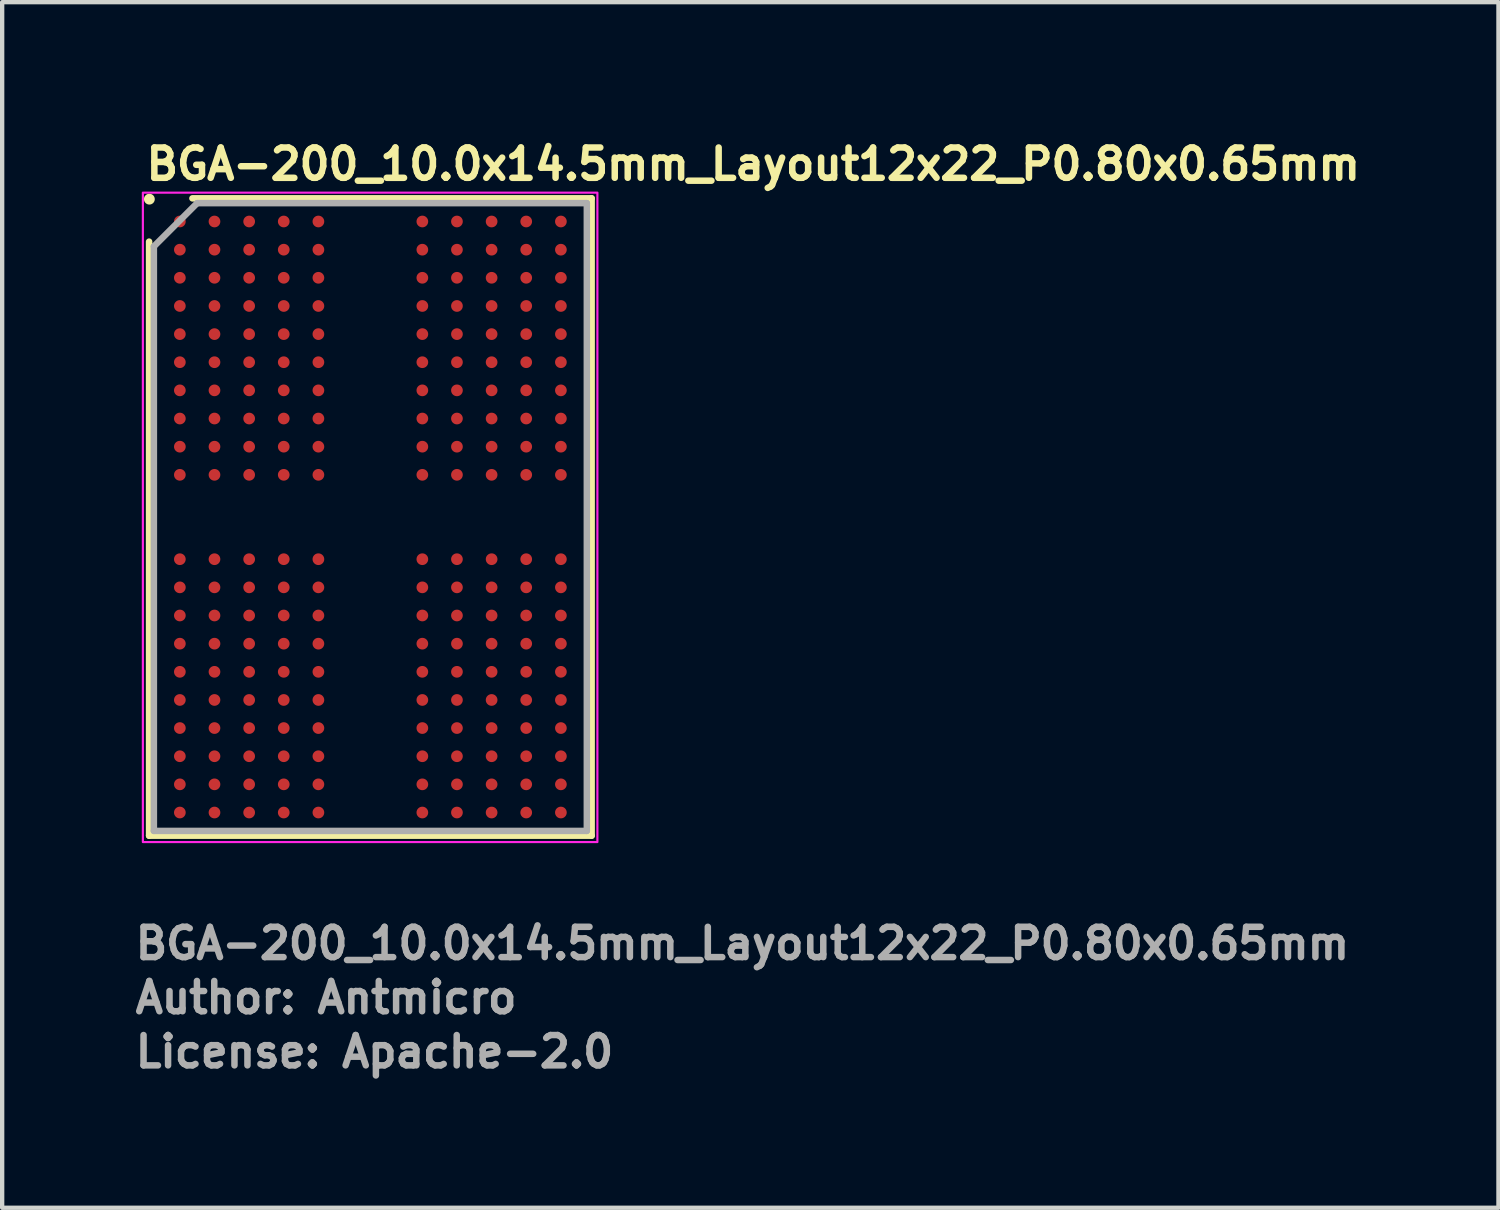
<source format=kicad_pcb>
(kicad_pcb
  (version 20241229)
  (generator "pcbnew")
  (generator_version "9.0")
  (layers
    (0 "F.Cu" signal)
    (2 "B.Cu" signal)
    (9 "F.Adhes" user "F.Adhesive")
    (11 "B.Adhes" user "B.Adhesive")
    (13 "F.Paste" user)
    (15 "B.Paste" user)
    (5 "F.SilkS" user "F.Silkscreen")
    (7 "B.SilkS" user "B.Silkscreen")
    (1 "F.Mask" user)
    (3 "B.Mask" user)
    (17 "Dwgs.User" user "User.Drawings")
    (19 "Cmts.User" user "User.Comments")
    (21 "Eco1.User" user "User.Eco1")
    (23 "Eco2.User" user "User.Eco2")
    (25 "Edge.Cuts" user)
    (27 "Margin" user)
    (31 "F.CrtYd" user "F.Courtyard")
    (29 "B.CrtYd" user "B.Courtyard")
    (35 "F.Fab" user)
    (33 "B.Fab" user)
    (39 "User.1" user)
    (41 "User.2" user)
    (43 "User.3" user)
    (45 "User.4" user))
  (footprint "BGA-200_10.0x14.5mm_Layout12x22_P0.80x0.65mm"
    (layer "F.Cu")
    (at 5.5 8.9)
    (property "Reference" "BGA-200_10.0x14.5mm_Layout12x22_P0.80x0.65mm" (at -5.25 -7.75 0) (layer "F.SilkS") (effects (font (size 0.7 0.7) (thickness 0.15)) (justify left bottom)))
    (attr smd)
    (fp_line (start -5.106 7.352) (end -5.106 -6.369) (stroke (width 0.15) (type solid)) (layer "F.SilkS"))
    (fp_line (start -4.106 -7.369) (end 5.115 -7.369) (stroke (width 0.15) (type solid)) (layer "F.SilkS"))
    (fp_line (start 5.115 -7.369) (end 5.115 7.352) (stroke (width 0.15) (type solid)) (layer "F.SilkS"))
    (fp_line (start 5.115 7.352) (end -5.106 7.352) (stroke (width 0.15) (type solid)) (layer "F.SilkS"))
    (fp_circle (center -5.1 -7.35) (end -5.05 -7.35) (stroke (width 0.15) (type solid)) (fill yes) (layer "F.SilkS"))
    (fp_rect (start -5.25 -7.5) (end 5.248 7.499) (stroke (width 0.05) (type solid)) (fill no) (layer "F.CrtYd"))
    (fp_line (start -4.996 -6.258) (end -3.996 -7.258) (stroke (width 0.15) (type solid)) (layer "F.Fab"))
    (fp_line (start -4.996 7.241) (end -4.996 -6.258) (stroke (width 0.15) (type solid)) (layer "F.Fab"))
    (fp_line (start -3.996 -7.258) (end 5.004 -7.258) (stroke (width 0.15) (type solid)) (layer "F.Fab"))
    (fp_line (start 5.004 -7.258) (end 5.004 7.241) (stroke (width 0.15) (type solid)) (layer "F.Fab"))
    (fp_line (start 5.004 7.241) (end -4.996 7.241) (stroke (width 0.15) (type solid)) (layer "F.Fab"))
    (fp_rect (start -5 -7.25) (end 4.998 7.249) (stroke (width 0.1) (type solid)) (fill no) (layer "User.5"))
    (fp_line (start -5 -7.25) (end 4.998 -7.25) (stroke (width 0.02) (type solid)) (layer "User.9"))
    (fp_line (start -5 7.249) (end -5 -7.25) (stroke (width 0.02) (type solid)) (layer "User.9"))
    (fp_line (start 4.998 -7.25) (end 4.998 7.249) (stroke (width 0.02) (type solid)) (layer "User.9"))
    (fp_line (start 4.998 7.249) (end -5 7.249) (stroke (width 0.02) (type solid)) (layer "User.9"))
    (fp_text user "${REFERENCE}" (at -5.5 10.25 0) (layer "F.Fab") (effects (font (size 0.7 0.7) (thickness 0.15)) (justify left bottom)))
    (fp_text user "License: Apache-2.0" (at -5.5 12.75 0) (layer "F.Fab") (effects (font (size 0.7 0.7) (thickness 0.15)) (justify left bottom)))
    (fp_text user "Author: Antmicro" (at -5.5 11.5 0) (layer "F.Fab") (effects (font (size 0.7 0.7) (thickness 0.15)) (justify left bottom)))
    (pad "A1" smd circle (at -4.396 -6.834) (size 0.27 0.27) (layers "F.Cu" "F.Mask" "F.Paste"))
    (pad "A2" smd circle (at -3.596 -6.834) (size 0.27 0.27) (layers "F.Cu" "F.Mask" "F.Paste"))
    (pad "A3" smd circle (at -2.795 -6.834) (size 0.27 0.27) (layers "F.Cu" "F.Mask" "F.Paste"))
    (pad "A4" smd circle (at -1.996 -6.834) (size 0.27 0.27) (layers "F.Cu" "F.Mask" "F.Paste"))
    (pad "A5" smd circle (at -1.196 -6.834) (size 0.27 0.27) (layers "F.Cu" "F.Mask" "F.Paste"))
    (pad "A8" smd circle (at 1.205 -6.834) (size 0.27 0.27) (layers "F.Cu" "F.Mask" "F.Paste"))
    (pad "A9" smd circle (at 2.004 -6.834) (size 0.27 0.27) (layers "F.Cu" "F.Mask" "F.Paste"))
    (pad "A10" smd circle (at 2.805 -6.834) (size 0.27 0.27) (layers "F.Cu" "F.Mask" "F.Paste"))
    (pad "A11" smd circle (at 3.604 -6.834) (size 0.27 0.27) (layers "F.Cu" "F.Mask" "F.Paste"))
    (pad "A12" smd circle (at 4.405 -6.834) (size 0.27 0.27) (layers "F.Cu" "F.Mask" "F.Paste"))
    (pad "AA1" smd circle (at -4.396 6.166) (size 0.27 0.27) (layers "F.Cu" "F.Mask" "F.Paste"))
    (pad "AA2" smd circle (at -3.596 6.166) (size 0.27 0.27) (layers "F.Cu" "F.Mask" "F.Paste"))
    (pad "AA3" smd circle (at -2.795 6.166) (size 0.27 0.27) (layers "F.Cu" "F.Mask" "F.Paste"))
    (pad "AA4" smd circle (at -1.996 6.166) (size 0.27 0.27) (layers "F.Cu" "F.Mask" "F.Paste"))
    (pad "AA5" smd circle (at -1.196 6.166) (size 0.27 0.27) (layers "F.Cu" "F.Mask" "F.Paste"))
    (pad "AA8" smd circle (at 1.205 6.166) (size 0.27 0.27) (layers "F.Cu" "F.Mask" "F.Paste"))
    (pad "AA9" smd circle (at 2.004 6.166) (size 0.27 0.27) (layers "F.Cu" "F.Mask" "F.Paste"))
    (pad "AA10" smd circle (at 2.805 6.166) (size 0.27 0.27) (layers "F.Cu" "F.Mask" "F.Paste"))
    (pad "AA11" smd circle (at 3.604 6.166) (size 0.27 0.27) (layers "F.Cu" "F.Mask" "F.Paste"))
    (pad "AA12" smd circle (at 4.405 6.166) (size 0.27 0.27) (layers "F.Cu" "F.Mask" "F.Paste"))
    (pad "AB1" smd circle (at -4.396 6.817) (size 0.27 0.27) (layers "F.Cu" "F.Mask" "F.Paste"))
    (pad "AB2" smd circle (at -3.596 6.817) (size 0.27 0.27) (layers "F.Cu" "F.Mask" "F.Paste"))
    (pad "AB3" smd circle (at -2.795 6.817) (size 0.27 0.27) (layers "F.Cu" "F.Mask" "F.Paste"))
    (pad "AB4" smd circle (at -1.996 6.817) (size 0.27 0.27) (layers "F.Cu" "F.Mask" "F.Paste"))
    (pad "AB5" smd circle (at -1.196 6.817) (size 0.27 0.27) (layers "F.Cu" "F.Mask" "F.Paste"))
    (pad "AB8" smd circle (at 1.205 6.817) (size 0.27 0.27) (layers "F.Cu" "F.Mask" "F.Paste"))
    (pad "AB9" smd circle (at 2.004 6.817) (size 0.27 0.27) (layers "F.Cu" "F.Mask" "F.Paste"))
    (pad "AB10" smd circle (at 2.805 6.817) (size 0.27 0.27) (layers "F.Cu" "F.Mask" "F.Paste"))
    (pad "AB11" smd circle (at 3.604 6.817) (size 0.27 0.27) (layers "F.Cu" "F.Mask" "F.Paste"))
    (pad "AB12" smd circle (at 4.405 6.817) (size 0.27 0.27) (layers "F.Cu" "F.Mask" "F.Paste"))
    (pad "B1" smd circle (at -4.396 -6.183) (size 0.27 0.27) (layers "F.Cu" "F.Mask" "F.Paste"))
    (pad "B2" smd circle (at -3.596 -6.183) (size 0.27 0.27) (layers "F.Cu" "F.Mask" "F.Paste"))
    (pad "B3" smd circle (at -2.795 -6.183) (size 0.27 0.27) (layers "F.Cu" "F.Mask" "F.Paste"))
    (pad "B4" smd circle (at -1.996 -6.183) (size 0.27 0.27) (layers "F.Cu" "F.Mask" "F.Paste"))
    (pad "B5" smd circle (at -1.196 -6.183) (size 0.27 0.27) (layers "F.Cu" "F.Mask" "F.Paste"))
    (pad "B8" smd circle (at 1.205 -6.183) (size 0.27 0.27) (layers "F.Cu" "F.Mask" "F.Paste"))
    (pad "B9" smd circle (at 2.004 -6.183) (size 0.27 0.27) (layers "F.Cu" "F.Mask" "F.Paste"))
    (pad "B10" smd circle (at 2.805 -6.183) (size 0.27 0.27) (layers "F.Cu" "F.Mask" "F.Paste"))
    (pad "B11" smd circle (at 3.604 -6.183) (size 0.27 0.27) (layers "F.Cu" "F.Mask" "F.Paste"))
    (pad "B12" smd circle (at 4.405 -6.183) (size 0.27 0.27) (layers "F.Cu" "F.Mask" "F.Paste"))
    (pad "C1" smd circle (at -4.396 -5.534) (size 0.27 0.27) (layers "F.Cu" "F.Mask" "F.Paste"))
    (pad "C2" smd circle (at -3.596 -5.534) (size 0.27 0.27) (layers "F.Cu" "F.Mask" "F.Paste"))
    (pad "C3" smd circle (at -2.795 -5.534) (size 0.27 0.27) (layers "F.Cu" "F.Mask" "F.Paste"))
    (pad "C4" smd circle (at -1.996 -5.534) (size 0.27 0.27) (layers "F.Cu" "F.Mask" "F.Paste"))
    (pad "C5" smd circle (at -1.196 -5.534) (size 0.27 0.27) (layers "F.Cu" "F.Mask" "F.Paste"))
    (pad "C8" smd circle (at 1.205 -5.534) (size 0.27 0.27) (layers "F.Cu" "F.Mask" "F.Paste"))
    (pad "C9" smd circle (at 2.004 -5.534) (size 0.27 0.27) (layers "F.Cu" "F.Mask" "F.Paste"))
    (pad "C10" smd circle (at 2.805 -5.534) (size 0.27 0.27) (layers "F.Cu" "F.Mask" "F.Paste"))
    (pad "C11" smd circle (at 3.604 -5.534) (size 0.27 0.27) (layers "F.Cu" "F.Mask" "F.Paste"))
    (pad "C12" smd circle (at 4.405 -5.534) (size 0.27 0.27) (layers "F.Cu" "F.Mask" "F.Paste"))
    (pad "D1" smd circle (at -4.396 -4.883) (size 0.27 0.27) (layers "F.Cu" "F.Mask" "F.Paste"))
    (pad "D2" smd circle (at -3.596 -4.883) (size 0.27 0.27) (layers "F.Cu" "F.Mask" "F.Paste"))
    (pad "D3" smd circle (at -2.795 -4.883) (size 0.27 0.27) (layers "F.Cu" "F.Mask" "F.Paste"))
    (pad "D4" smd circle (at -1.996 -4.883) (size 0.27 0.27) (layers "F.Cu" "F.Mask" "F.Paste"))
    (pad "D5" smd circle (at -1.196 -4.883) (size 0.27 0.27) (layers "F.Cu" "F.Mask" "F.Paste"))
    (pad "D8" smd circle (at 1.205 -4.883) (size 0.27 0.27) (layers "F.Cu" "F.Mask" "F.Paste"))
    (pad "D9" smd circle (at 2.004 -4.883) (size 0.27 0.27) (layers "F.Cu" "F.Mask" "F.Paste"))
    (pad "D10" smd circle (at 2.805 -4.883) (size 0.27 0.27) (layers "F.Cu" "F.Mask" "F.Paste"))
    (pad "D11" smd circle (at 3.604 -4.883) (size 0.27 0.27) (layers "F.Cu" "F.Mask" "F.Paste"))
    (pad "D12" smd circle (at 4.405 -4.883) (size 0.27 0.27) (layers "F.Cu" "F.Mask" "F.Paste"))
    (pad "E1" smd circle (at -4.396 -4.233) (size 0.27 0.27) (layers "F.Cu" "F.Mask" "F.Paste"))
    (pad "E2" smd circle (at -3.596 -4.233) (size 0.27 0.27) (layers "F.Cu" "F.Mask" "F.Paste"))
    (pad "E3" smd circle (at -2.795 -4.233) (size 0.27 0.27) (layers "F.Cu" "F.Mask" "F.Paste"))
    (pad "E4" smd circle (at -1.996 -4.233) (size 0.27 0.27) (layers "F.Cu" "F.Mask" "F.Paste"))
    (pad "E5" smd circle (at -1.196 -4.233) (size 0.27 0.27) (layers "F.Cu" "F.Mask" "F.Paste"))
    (pad "E8" smd circle (at 1.205 -4.233) (size 0.27 0.27) (layers "F.Cu" "F.Mask" "F.Paste"))
    (pad "E9" smd circle (at 2.004 -4.233) (size 0.27 0.27) (layers "F.Cu" "F.Mask" "F.Paste"))
    (pad "E10" smd circle (at 2.805 -4.233) (size 0.27 0.27) (layers "F.Cu" "F.Mask" "F.Paste"))
    (pad "E11" smd circle (at 3.604 -4.233) (size 0.27 0.27) (layers "F.Cu" "F.Mask" "F.Paste"))
    (pad "E12" smd circle (at 4.405 -4.233) (size 0.27 0.27) (layers "F.Cu" "F.Mask" "F.Paste"))
    (pad "F1" smd circle (at -4.396 -3.584) (size 0.27 0.27) (layers "F.Cu" "F.Mask" "F.Paste"))
    (pad "F2" smd circle (at -3.596 -3.584) (size 0.27 0.27) (layers "F.Cu" "F.Mask" "F.Paste"))
    (pad "F3" smd circle (at -2.795 -3.584) (size 0.27 0.27) (layers "F.Cu" "F.Mask" "F.Paste"))
    (pad "F4" smd circle (at -1.996 -3.584) (size 0.27 0.27) (layers "F.Cu" "F.Mask" "F.Paste"))
    (pad "F5" smd circle (at -1.196 -3.584) (size 0.27 0.27) (layers "F.Cu" "F.Mask" "F.Paste"))
    (pad "F8" smd circle (at 1.205 -3.584) (size 0.27 0.27) (layers "F.Cu" "F.Mask" "F.Paste"))
    (pad "F9" smd circle (at 2.004 -3.584) (size 0.27 0.27) (layers "F.Cu" "F.Mask" "F.Paste"))
    (pad "F10" smd circle (at 2.805 -3.584) (size 0.27 0.27) (layers "F.Cu" "F.Mask" "F.Paste"))
    (pad "F11" smd circle (at 3.604 -3.584) (size 0.27 0.27) (layers "F.Cu" "F.Mask" "F.Paste"))
    (pad "F12" smd circle (at 4.405 -3.584) (size 0.27 0.27) (layers "F.Cu" "F.Mask" "F.Paste"))
    (pad "G1" smd circle (at -4.396 -2.934) (size 0.27 0.27) (layers "F.Cu" "F.Mask" "F.Paste"))
    (pad "G2" smd circle (at -3.596 -2.934) (size 0.27 0.27) (layers "F.Cu" "F.Mask" "F.Paste"))
    (pad "G3" smd circle (at -2.795 -2.934) (size 0.27 0.27) (layers "F.Cu" "F.Mask" "F.Paste"))
    (pad "G4" smd circle (at -1.996 -2.934) (size 0.27 0.27) (layers "F.Cu" "F.Mask" "F.Paste"))
    (pad "G5" smd circle (at -1.196 -2.934) (size 0.27 0.27) (layers "F.Cu" "F.Mask" "F.Paste"))
    (pad "G8" smd circle (at 1.205 -2.934) (size 0.27 0.27) (layers "F.Cu" "F.Mask" "F.Paste"))
    (pad "G9" smd circle (at 2.004 -2.934) (size 0.27 0.27) (layers "F.Cu" "F.Mask" "F.Paste"))
    (pad "G10" smd circle (at 2.805 -2.934) (size 0.27 0.27) (layers "F.Cu" "F.Mask" "F.Paste"))
    (pad "G11" smd circle (at 3.604 -2.934) (size 0.27 0.27) (layers "F.Cu" "F.Mask" "F.Paste"))
    (pad "G12" smd circle (at 4.405 -2.934) (size 0.27 0.27) (layers "F.Cu" "F.Mask" "F.Paste"))
    (pad "H1" smd circle (at -4.396 -2.283) (size 0.27 0.27) (layers "F.Cu" "F.Mask" "F.Paste"))
    (pad "H2" smd circle (at -3.596 -2.283) (size 0.27 0.27) (layers "F.Cu" "F.Mask" "F.Paste"))
    (pad "H3" smd circle (at -2.795 -2.283) (size 0.27 0.27) (layers "F.Cu" "F.Mask" "F.Paste"))
    (pad "H4" smd circle (at -1.996 -2.283) (size 0.27 0.27) (layers "F.Cu" "F.Mask" "F.Paste"))
    (pad "H5" smd circle (at -1.196 -2.283) (size 0.27 0.27) (layers "F.Cu" "F.Mask" "F.Paste"))
    (pad "H8" smd circle (at 1.205 -2.283) (size 0.27 0.27) (layers "F.Cu" "F.Mask" "F.Paste"))
    (pad "H9" smd circle (at 2.004 -2.283) (size 0.27 0.27) (layers "F.Cu" "F.Mask" "F.Paste"))
    (pad "H10" smd circle (at 2.805 -2.283) (size 0.27 0.27) (layers "F.Cu" "F.Mask" "F.Paste"))
    (pad "H11" smd circle (at 3.604 -2.283) (size 0.27 0.27) (layers "F.Cu" "F.Mask" "F.Paste"))
    (pad "H12" smd circle (at 4.405 -2.283) (size 0.27 0.27) (layers "F.Cu" "F.Mask" "F.Paste"))
    (pad "J1" smd circle (at -4.396 -1.633) (size 0.27 0.27) (layers "F.Cu" "F.Mask" "F.Paste"))
    (pad "J2" smd circle (at -3.596 -1.633) (size 0.27 0.27) (layers "F.Cu" "F.Mask" "F.Paste"))
    (pad "J3" smd circle (at -2.795 -1.633) (size 0.27 0.27) (layers "F.Cu" "F.Mask" "F.Paste"))
    (pad "J4" smd circle (at -1.996 -1.633) (size 0.27 0.27) (layers "F.Cu" "F.Mask" "F.Paste"))
    (pad "J5" smd circle (at -1.196 -1.633) (size 0.27 0.27) (layers "F.Cu" "F.Mask" "F.Paste"))
    (pad "J8" smd circle (at 1.205 -1.633) (size 0.27 0.27) (layers "F.Cu" "F.Mask" "F.Paste"))
    (pad "J9" smd circle (at 2.004 -1.633) (size 0.27 0.27) (layers "F.Cu" "F.Mask" "F.Paste"))
    (pad "J10" smd circle (at 2.805 -1.633) (size 0.27 0.27) (layers "F.Cu" "F.Mask" "F.Paste"))
    (pad "J11" smd circle (at 3.604 -1.633) (size 0.27 0.27) (layers "F.Cu" "F.Mask" "F.Paste"))
    (pad "J12" smd circle (at 4.405 -1.633) (size 0.27 0.27) (layers "F.Cu" "F.Mask" "F.Paste"))
    (pad "K1" smd circle (at -4.396 -0.983) (size 0.27 0.27) (layers "F.Cu" "F.Mask" "F.Paste"))
    (pad "K2" smd circle (at -3.596 -0.983) (size 0.27 0.27) (layers "F.Cu" "F.Mask" "F.Paste"))
    (pad "K3" smd circle (at -2.795 -0.983) (size 0.27 0.27) (layers "F.Cu" "F.Mask" "F.Paste"))
    (pad "K4" smd circle (at -1.996 -0.983) (size 0.27 0.27) (layers "F.Cu" "F.Mask" "F.Paste"))
    (pad "K5" smd circle (at -1.196 -0.983) (size 0.27 0.27) (layers "F.Cu" "F.Mask" "F.Paste"))
    (pad "K8" smd circle (at 1.205 -0.983) (size 0.27 0.27) (layers "F.Cu" "F.Mask" "F.Paste"))
    (pad "K9" smd circle (at 2.004 -0.983) (size 0.27 0.27) (layers "F.Cu" "F.Mask" "F.Paste"))
    (pad "K10" smd circle (at 2.805 -0.983) (size 0.27 0.27) (layers "F.Cu" "F.Mask" "F.Paste"))
    (pad "K11" smd circle (at 3.604 -0.983) (size 0.27 0.27) (layers "F.Cu" "F.Mask" "F.Paste"))
    (pad "K12" smd circle (at 4.405 -0.983) (size 0.27 0.27) (layers "F.Cu" "F.Mask" "F.Paste"))
    (pad "N1" smd circle (at -4.396 0.966) (size 0.27 0.27) (layers "F.Cu" "F.Mask" "F.Paste"))
    (pad "N2" smd circle (at -3.596 0.966) (size 0.27 0.27) (layers "F.Cu" "F.Mask" "F.Paste"))
    (pad "N3" smd circle (at -2.795 0.966) (size 0.27 0.27) (layers "F.Cu" "F.Mask" "F.Paste"))
    (pad "N4" smd circle (at -1.996 0.966) (size 0.27 0.27) (layers "F.Cu" "F.Mask" "F.Paste"))
    (pad "N5" smd circle (at -1.196 0.966) (size 0.27 0.27) (layers "F.Cu" "F.Mask" "F.Paste"))
    (pad "N8" smd circle (at 1.205 0.966) (size 0.27 0.27) (layers "F.Cu" "F.Mask" "F.Paste"))
    (pad "N9" smd circle (at 2.004 0.966) (size 0.27 0.27) (layers "F.Cu" "F.Mask" "F.Paste"))
    (pad "N10" smd circle (at 2.805 0.966) (size 0.27 0.27) (layers "F.Cu" "F.Mask" "F.Paste"))
    (pad "N11" smd circle (at 3.604 0.966) (size 0.27 0.27) (layers "F.Cu" "F.Mask" "F.Paste"))
    (pad "N12" smd circle (at 4.405 0.966) (size 0.27 0.27) (layers "F.Cu" "F.Mask" "F.Paste"))
    (pad "P1" smd circle (at -4.396 1.616) (size 0.27 0.27) (layers "F.Cu" "F.Mask" "F.Paste"))
    (pad "P2" smd circle (at -3.596 1.616) (size 0.27 0.27) (layers "F.Cu" "F.Mask" "F.Paste"))
    (pad "P3" smd circle (at -2.795 1.616) (size 0.27 0.27) (layers "F.Cu" "F.Mask" "F.Paste"))
    (pad "P4" smd circle (at -1.996 1.616) (size 0.27 0.27) (layers "F.Cu" "F.Mask" "F.Paste"))
    (pad "P5" smd circle (at -1.196 1.616) (size 0.27 0.27) (layers "F.Cu" "F.Mask" "F.Paste"))
    (pad "P8" smd circle (at 1.205 1.616) (size 0.27 0.27) (layers "F.Cu" "F.Mask" "F.Paste"))
    (pad "P9" smd circle (at 2.004 1.616) (size 0.27 0.27) (layers "F.Cu" "F.Mask" "F.Paste"))
    (pad "P10" smd circle (at 2.805 1.616) (size 0.27 0.27) (layers "F.Cu" "F.Mask" "F.Paste"))
    (pad "P11" smd circle (at 3.604 1.616) (size 0.27 0.27) (layers "F.Cu" "F.Mask" "F.Paste"))
    (pad "P12" smd circle (at 4.405 1.616) (size 0.27 0.27) (layers "F.Cu" "F.Mask" "F.Paste"))
    (pad "R1" smd circle (at -4.396 2.266) (size 0.27 0.27) (layers "F.Cu" "F.Mask" "F.Paste"))
    (pad "R2" smd circle (at -3.596 2.266) (size 0.27 0.27) (layers "F.Cu" "F.Mask" "F.Paste"))
    (pad "R3" smd circle (at -2.795 2.266) (size 0.27 0.27) (layers "F.Cu" "F.Mask" "F.Paste"))
    (pad "R4" smd circle (at -1.996 2.266) (size 0.27 0.27) (layers "F.Cu" "F.Mask" "F.Paste"))
    (pad "R5" smd circle (at -1.196 2.266) (size 0.27 0.27) (layers "F.Cu" "F.Mask" "F.Paste"))
    (pad "R8" smd circle (at 1.205 2.266) (size 0.27 0.27) (layers "F.Cu" "F.Mask" "F.Paste"))
    (pad "R9" smd circle (at 2.004 2.266) (size 0.27 0.27) (layers "F.Cu" "F.Mask" "F.Paste"))
    (pad "R10" smd circle (at 2.805 2.266) (size 0.27 0.27) (layers "F.Cu" "F.Mask" "F.Paste"))
    (pad "R11" smd circle (at 3.604 2.266) (size 0.27 0.27) (layers "F.Cu" "F.Mask" "F.Paste"))
    (pad "R12" smd circle (at 4.405 2.266) (size 0.27 0.27) (layers "F.Cu" "F.Mask" "F.Paste"))
    (pad "T1" smd circle (at -4.396 2.917) (size 0.27 0.27) (layers "F.Cu" "F.Mask" "F.Paste"))
    (pad "T2" smd circle (at -3.596 2.917) (size 0.27 0.27) (layers "F.Cu" "F.Mask" "F.Paste"))
    (pad "T3" smd circle (at -2.795 2.917) (size 0.27 0.27) (layers "F.Cu" "F.Mask" "F.Paste"))
    (pad "T4" smd circle (at -1.996 2.917) (size 0.27 0.27) (layers "F.Cu" "F.Mask" "F.Paste"))
    (pad "T5" smd circle (at -1.196 2.917) (size 0.27 0.27) (layers "F.Cu" "F.Mask" "F.Paste"))
    (pad "T8" smd circle (at 1.205 2.917) (size 0.27 0.27) (layers "F.Cu" "F.Mask" "F.Paste"))
    (pad "T9" smd circle (at 2.004 2.917) (size 0.27 0.27) (layers "F.Cu" "F.Mask" "F.Paste"))
    (pad "T10" smd circle (at 2.805 2.917) (size 0.27 0.27) (layers "F.Cu" "F.Mask" "F.Paste"))
    (pad "T11" smd circle (at 3.604 2.917) (size 0.27 0.27) (layers "F.Cu" "F.Mask" "F.Paste"))
    (pad "T12" smd circle (at 4.405 2.917) (size 0.27 0.27) (layers "F.Cu" "F.Mask" "F.Paste"))
    (pad "U1" smd circle (at -4.396 3.567) (size 0.27 0.27) (layers "F.Cu" "F.Mask" "F.Paste"))
    (pad "U2" smd circle (at -3.596 3.567) (size 0.27 0.27) (layers "F.Cu" "F.Mask" "F.Paste"))
    (pad "U3" smd circle (at -2.795 3.567) (size 0.27 0.27) (layers "F.Cu" "F.Mask" "F.Paste"))
    (pad "U4" smd circle (at -1.996 3.567) (size 0.27 0.27) (layers "F.Cu" "F.Mask" "F.Paste"))
    (pad "U5" smd circle (at -1.196 3.567) (size 0.27 0.27) (layers "F.Cu" "F.Mask" "F.Paste"))
    (pad "U8" smd circle (at 1.205 3.567) (size 0.27 0.27) (layers "F.Cu" "F.Mask" "F.Paste"))
    (pad "U9" smd circle (at 2.004 3.567) (size 0.27 0.27) (layers "F.Cu" "F.Mask" "F.Paste"))
    (pad "U10" smd circle (at 2.805 3.567) (size 0.27 0.27) (layers "F.Cu" "F.Mask" "F.Paste"))
    (pad "U11" smd circle (at 3.604 3.567) (size 0.27 0.27) (layers "F.Cu" "F.Mask" "F.Paste"))
    (pad "U12" smd circle (at 4.405 3.567) (size 0.27 0.27) (layers "F.Cu" "F.Mask" "F.Paste"))
    (pad "V1" smd circle (at -4.396 4.217) (size 0.27 0.27) (layers "F.Cu" "F.Mask" "F.Paste"))
    (pad "V2" smd circle (at -3.596 4.217) (size 0.27 0.27) (layers "F.Cu" "F.Mask" "F.Paste"))
    (pad "V3" smd circle (at -2.795 4.217) (size 0.27 0.27) (layers "F.Cu" "F.Mask" "F.Paste"))
    (pad "V4" smd circle (at -1.996 4.217) (size 0.27 0.27) (layers "F.Cu" "F.Mask" "F.Paste"))
    (pad "V5" smd circle (at -1.196 4.217) (size 0.27 0.27) (layers "F.Cu" "F.Mask" "F.Paste"))
    (pad "V8" smd circle (at 1.205 4.217) (size 0.27 0.27) (layers "F.Cu" "F.Mask" "F.Paste"))
    (pad "V9" smd circle (at 2.004 4.217) (size 0.27 0.27) (layers "F.Cu" "F.Mask" "F.Paste"))
    (pad "V10" smd circle (at 2.805 4.217) (size 0.27 0.27) (layers "F.Cu" "F.Mask" "F.Paste"))
    (pad "V11" smd circle (at 3.604 4.217) (size 0.27 0.27) (layers "F.Cu" "F.Mask" "F.Paste"))
    (pad "V12" smd circle (at 4.405 4.217) (size 0.27 0.27) (layers "F.Cu" "F.Mask" "F.Paste"))
    (pad "W1" smd circle (at -4.396 4.866) (size 0.27 0.27) (layers "F.Cu" "F.Mask" "F.Paste"))
    (pad "W2" smd circle (at -3.596 4.866) (size 0.27 0.27) (layers "F.Cu" "F.Mask" "F.Paste"))
    (pad "W3" smd circle (at -2.795 4.866) (size 0.27 0.27) (layers "F.Cu" "F.Mask" "F.Paste"))
    (pad "W4" smd circle (at -1.996 4.866) (size 0.27 0.27) (layers "F.Cu" "F.Mask" "F.Paste"))
    (pad "W5" smd circle (at -1.196 4.866) (size 0.27 0.27) (layers "F.Cu" "F.Mask" "F.Paste"))
    (pad "W8" smd circle (at 1.205 4.866) (size 0.27 0.27) (layers "F.Cu" "F.Mask" "F.Paste"))
    (pad "W9" smd circle (at 2.004 4.866) (size 0.27 0.27) (layers "F.Cu" "F.Mask" "F.Paste"))
    (pad "W10" smd circle (at 2.805 4.866) (size 0.27 0.27) (layers "F.Cu" "F.Mask" "F.Paste"))
    (pad "W11" smd circle (at 3.604 4.866) (size 0.27 0.27) (layers "F.Cu" "F.Mask" "F.Paste"))
    (pad "W12" smd circle (at 4.405 4.866) (size 0.27 0.27) (layers "F.Cu" "F.Mask" "F.Paste"))
    (pad "Y1" smd circle (at -4.396 5.517) (size 0.27 0.27) (layers "F.Cu" "F.Mask" "F.Paste"))
    (pad "Y2" smd circle (at -3.596 5.517) (size 0.27 0.27) (layers "F.Cu" "F.Mask" "F.Paste"))
    (pad "Y3" smd circle (at -2.795 5.517) (size 0.27 0.27) (layers "F.Cu" "F.Mask" "F.Paste"))
    (pad "Y4" smd circle (at -1.996 5.517) (size 0.27 0.27) (layers "F.Cu" "F.Mask" "F.Paste"))
    (pad "Y5" smd circle (at -1.196 5.517) (size 0.27 0.27) (layers "F.Cu" "F.Mask" "F.Paste"))
    (pad "Y8" smd circle (at 1.205 5.517) (size 0.27 0.27) (layers "F.Cu" "F.Mask" "F.Paste"))
    (pad "Y9" smd circle (at 2.004 5.517) (size 0.27 0.27) (layers "F.Cu" "F.Mask" "F.Paste"))
    (pad "Y10" smd circle (at 2.805 5.517) (size 0.27 0.27) (layers "F.Cu" "F.Mask" "F.Paste"))
    (pad "Y11" smd circle (at 3.604 5.517) (size 0.27 0.27) (layers "F.Cu" "F.Mask" "F.Paste"))
    (pad "Y12" smd circle (at 4.405 5.517) (size 0.27 0.27) (layers "F.Cu" "F.Mask" "F.Paste")))
  (gr_rect
    (start -3 -3)
    (end 31.56 24.846)
    (stroke (width 0.1) (type default))
    (fill no)
    (layer "Edge.Cuts")))
</source>
